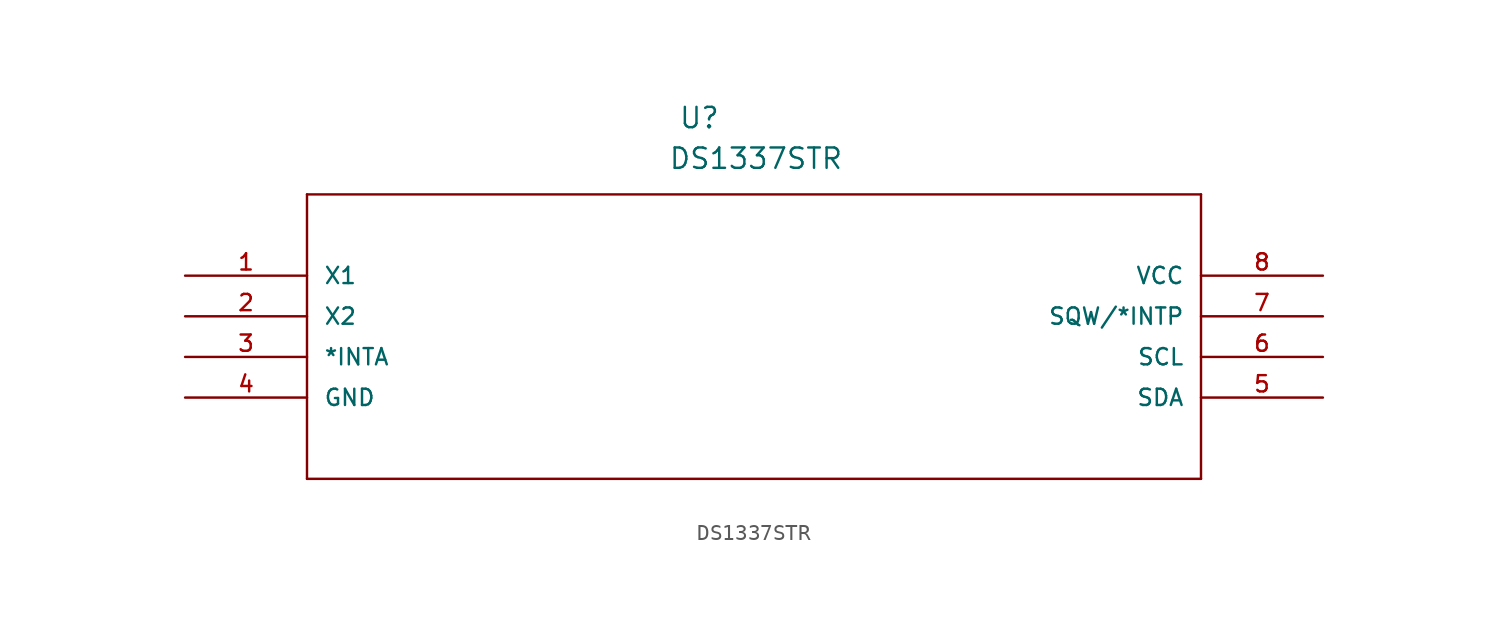
<source format=kicad_sym>
(kicad_symbol_lib
  (version 20211014)
  (generator kicad_symbol_editor)
  (symbol "DS1337STR"
    (pin_names
      (offset 1.016))
    (property "Reference" "U"
      (at 30.836 9.119 0.0)
      (effects (font (size 1.27 1.27)) (justify bottom left)))
    (property "Value" "DS1337STR"
      (at 30.201 6.579 0.0)
      (effects (font (size 1.27 1.27)) (justify bottom left)))
    (symbol "DS1337STR_0_0"
      (polyline (pts (xy 7.62 5.08) (xy 7.62 -12.7)) (stroke (width 0.152)))
      (polyline (pts (xy 7.62 -12.7) (xy 63.5 -12.7)) (stroke (width 0.152)))
      (polyline (pts (xy 63.5 -12.7) (xy 63.5 5.08)) (stroke (width 0.152)))
      (polyline (pts (xy 63.5 5.08) (xy 7.62 5.08)) (stroke (width 0.152)))
      (pin passive line (at 0.0 0.0 0) (length 7.62) (name "X1" (effects (font (size 1.016 1.016)))) (number "1" (effects (font (size 1.016 1.016)))))
      (pin passive line (at 0.0 -2.54 0) (length 7.62) (name "X2" (effects (font (size 1.016 1.016)))) (number "2" (effects (font (size 1.016 1.016)))))
      (pin passive line (at 0.0 -5.08 0) (length 7.62) (name "*INTA" (effects (font (size 1.016 1.016)))) (number "3" (effects (font (size 1.016 1.016)))))
      (pin power_in line (at 0.0 -7.62 0) (length 7.62) (name "GND" (effects (font (size 1.016 1.016)))) (number "4" (effects (font (size 1.016 1.016)))))
      (pin passive line (at 71.12 -7.62 180.0) (length 7.62) (name "SDA" (effects (font (size 1.016 1.016)))) (number "5" (effects (font (size 1.016 1.016)))))
      (pin passive line (at 71.12 -5.08 180.0) (length 7.62) (name "SCL" (effects (font (size 1.016 1.016)))) (number "6" (effects (font (size 1.016 1.016)))))
      (pin passive line (at 71.12 -2.54 180.0) (length 7.62) (name "SQW/*INTP" (effects (font (size 1.016 1.016)))) (number "7" (effects (font (size 1.016 1.016)))))
      (pin power_in line (at 71.12 0.0 180.0) (length 7.62) (name "VCC" (effects (font (size 1.016 1.016)))) (number "8" (effects (font (size 1.016 1.016))))))))
</source>
